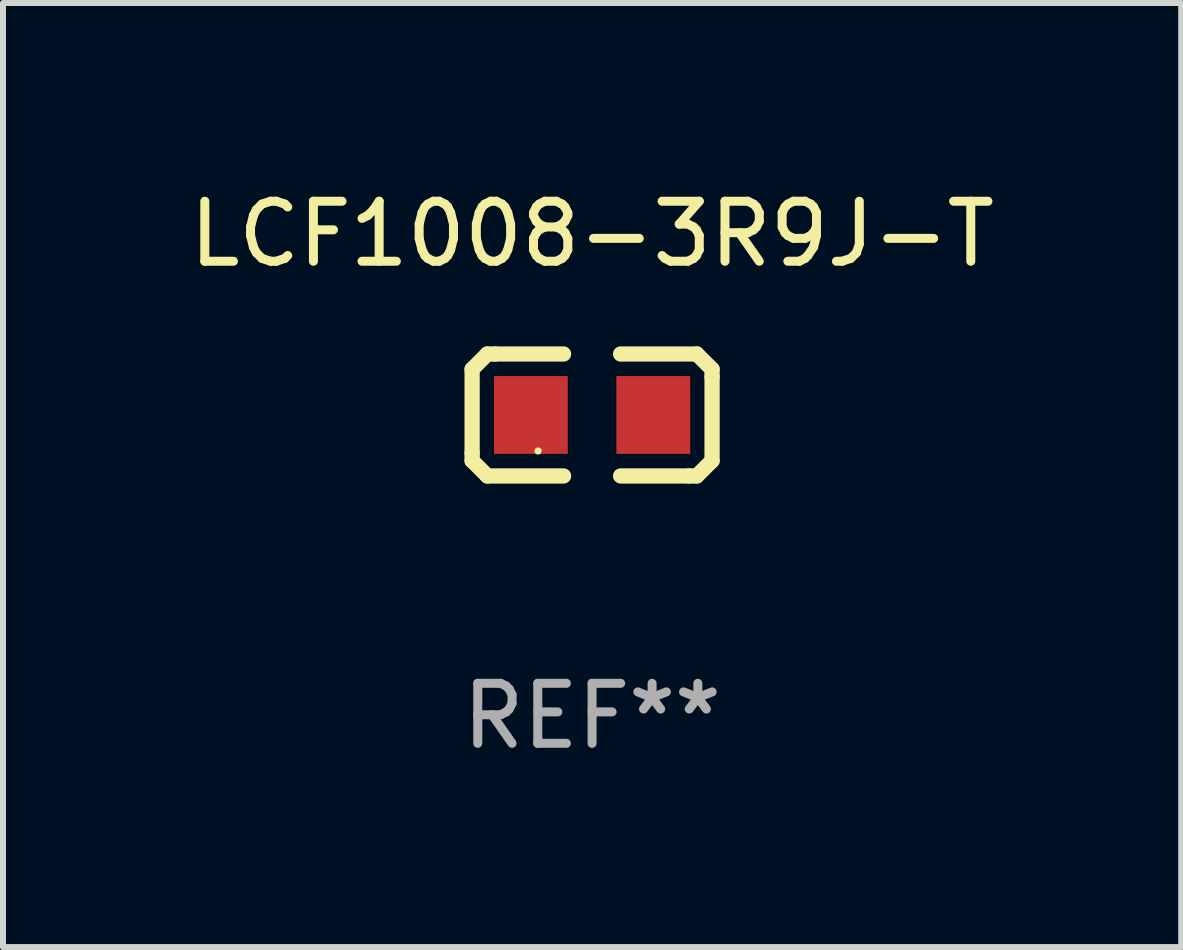
<source format=kicad_pcb>
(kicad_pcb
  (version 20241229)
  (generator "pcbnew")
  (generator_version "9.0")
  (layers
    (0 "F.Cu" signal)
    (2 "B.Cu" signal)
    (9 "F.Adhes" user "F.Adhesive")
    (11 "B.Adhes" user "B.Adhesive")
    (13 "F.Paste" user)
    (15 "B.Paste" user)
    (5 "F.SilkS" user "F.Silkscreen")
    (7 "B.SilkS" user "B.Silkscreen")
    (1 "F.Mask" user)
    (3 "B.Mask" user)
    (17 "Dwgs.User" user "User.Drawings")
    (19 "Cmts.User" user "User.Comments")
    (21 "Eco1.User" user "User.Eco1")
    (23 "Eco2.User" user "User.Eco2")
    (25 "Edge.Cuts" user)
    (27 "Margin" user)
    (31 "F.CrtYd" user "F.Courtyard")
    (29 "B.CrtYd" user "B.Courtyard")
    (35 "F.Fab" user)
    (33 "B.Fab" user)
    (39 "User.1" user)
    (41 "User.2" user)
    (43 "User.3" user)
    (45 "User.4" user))
  (footprint "LCF1008-3R9J-T"
    (layer "F.Cu")
    (at 6.815 3.864)
    (property "Reference" "LCF1008-3R9J-T" (at 0 -3.016 0) (layer "F.SilkS") (effects (font (size 1 1) (thickness 0.15))))
    (attr through_hole)
    (fp_line (start -1.999 -0.762) (end -1.999 0.635) (stroke (width 0.254) (type solid)) (layer "F.SilkS"))
    (fp_line (start -1.999 0.635) (end -1.999 0.762) (stroke (width 0.254) (type solid)) (layer "F.SilkS"))
    (fp_line (start -1.999 0.762) (end -1.745 1.016) (stroke (width 0.254) (type solid)) (layer "F.SilkS"))
    (fp_line (start -1.745 -1.016) (end -1.999 -0.762) (stroke (width 0.254) (type solid)) (layer "F.SilkS"))
    (fp_line (start -1.745 1.016) (end -0.475 1.016) (stroke (width 0.254) (type solid)) (layer "F.SilkS"))
    (fp_line (start -1.618 -1.016) (end -1.745 -1.016) (stroke (width 0.254) (type solid)) (layer "F.SilkS"))
    (fp_line (start -0.475 -1.016) (end -1.618 -1.016) (stroke (width 0.254) (type solid)) (layer "F.SilkS"))
    (fp_line (start 0.475 1.016) (end 1.618 1.016) (stroke (width 0.254) (type solid)) (layer "F.SilkS"))
    (fp_line (start 1.618 1.016) (end 1.745 1.016) (stroke (width 0.254) (type solid)) (layer "F.SilkS"))
    (fp_line (start 1.745 -1.016) (end 0.475 -1.016) (stroke (width 0.254) (type solid)) (layer "F.SilkS"))
    (fp_line (start 1.745 1.016) (end 1.999 0.762) (stroke (width 0.254) (type solid)) (layer "F.SilkS"))
    (fp_line (start 1.999 -0.762) (end 1.745 -1.016) (stroke (width 0.254) (type solid)) (layer "F.SilkS"))
    (fp_line (start 1.999 -0.635) (end 1.999 -0.762) (stroke (width 0.254) (type solid)) (layer "F.SilkS"))
    (fp_line (start 1.999 0.762) (end 1.999 -0.635) (stroke (width 0.254) (type solid)) (layer "F.SilkS"))
    (fp_circle (center -0.9 0.6) (end -0.87 0.6) (stroke (width 0.06) (type solid)) (fill no) (layer "F.SilkS"))
    (fp_text user "REF**" (at 0 5.016 0) (layer "F.Fab") (effects (font (size 1 1) (thickness 0.15))))
    (pad "1" smd rect (at -1.02 0) (size 1.23 1.296) (layers "F.Cu" "F.Mask" "F.Paste"))
    (pad "2" smd rect (at 1.02 0) (size 1.23 1.296) (layers "F.Cu" "F.Mask" "F.Paste")))
  (gr_rect
    (start -3 -3)
    (end 16.631 12.729)
    (stroke (width 0.1) (type default))
    (fill no)
    (layer "Edge.Cuts")))
</source>
